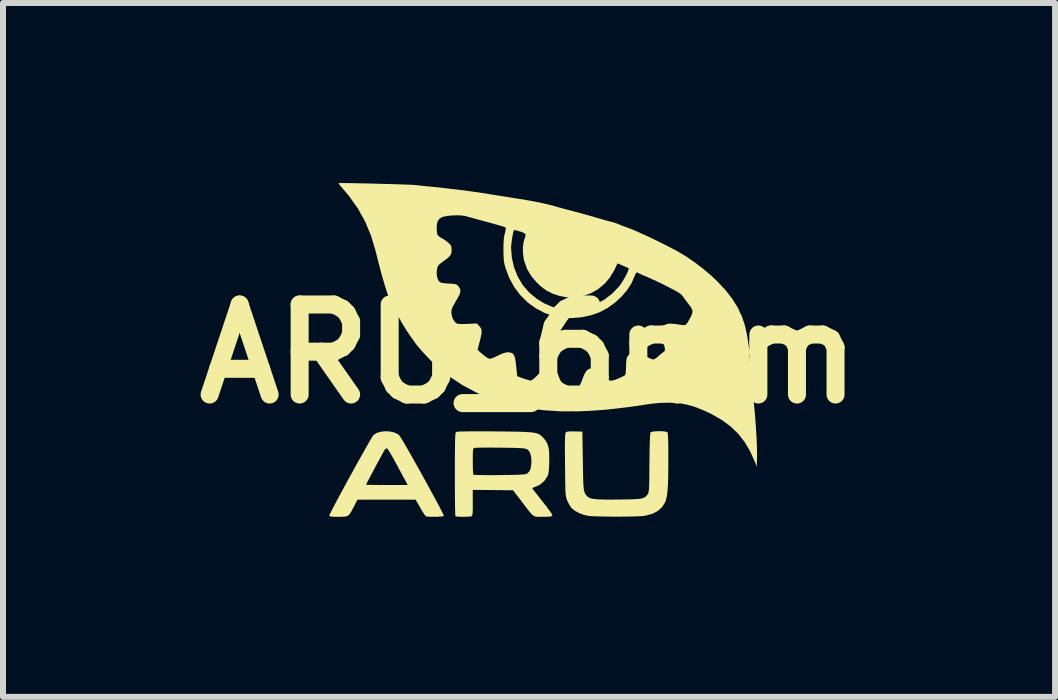
<source format=kicad_pcb>
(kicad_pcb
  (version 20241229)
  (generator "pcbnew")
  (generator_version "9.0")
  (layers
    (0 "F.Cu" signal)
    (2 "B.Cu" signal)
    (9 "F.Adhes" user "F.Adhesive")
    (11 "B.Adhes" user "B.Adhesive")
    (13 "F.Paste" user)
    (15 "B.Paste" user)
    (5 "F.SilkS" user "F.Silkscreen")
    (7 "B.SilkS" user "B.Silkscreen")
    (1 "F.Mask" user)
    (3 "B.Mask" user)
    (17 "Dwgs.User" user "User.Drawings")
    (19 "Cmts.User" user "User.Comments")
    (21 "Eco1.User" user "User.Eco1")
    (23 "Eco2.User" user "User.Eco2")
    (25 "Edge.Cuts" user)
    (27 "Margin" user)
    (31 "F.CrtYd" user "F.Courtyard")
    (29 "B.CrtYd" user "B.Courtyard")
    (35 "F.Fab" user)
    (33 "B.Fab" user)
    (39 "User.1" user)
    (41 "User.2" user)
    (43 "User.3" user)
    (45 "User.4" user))
  (footprint "ARU_6mm"
    (layer "F.Cu")
    (at 5.764 2.845)
    (property "Reference" "ARU_6mm" (at 0 0 0) (layer "F.SilkS") (effects (font (size 1.5 1.5) (thickness 0.3))))
    (attr board_only exclude_from_pos_files exclude_from_bom)
    (fp_poly (pts (xy -2.316 1.294) (xy -2.243 1.311) (xy -2.182 1.341) (xy -2.161 1.359) (xy -2.147 1.379) (xy -2.122 1.419) (xy -2.087 1.476) (xy -2.045 1.549) (xy -1.996 1.635) (xy -1.942 1.73) (xy -1.884 1.833) (xy -1.824 1.94) (xy -1.763 2.05) (xy -1.703 2.159) (xy -1.645 2.265) (xy -1.591 2.365) (xy -1.541 2.457) (xy -1.498 2.538) (xy -1.463 2.606) (xy -1.437 2.657) (xy -1.422 2.69) (xy -1.419 2.701) (xy -1.435 2.707) (xy -1.471 2.711) (xy -1.52 2.714) (xy -1.576 2.715) (xy -1.631 2.715) (xy -1.678 2.713) (xy -1.71 2.709) (xy -1.716 2.707) (xy -1.731 2.692) (xy -1.756 2.659) (xy -1.785 2.612) (xy -1.813 2.564) (xy -1.889 2.43) (xy -2.373 2.43) (xy -2.858 2.43) (xy -2.919 2.548) (xy -2.953 2.614) (xy -2.98 2.66) (xy -3.006 2.689) (xy -3.035 2.706) (xy -3.074 2.713) (xy -3.129 2.715) (xy -3.177 2.715) (xy -3.243 2.715) (xy -3.286 2.713) (xy -3.312 2.709) (xy -3.323 2.702) (xy -3.326 2.693) (xy -3.32 2.676) (xy -3.301 2.638) (xy -3.273 2.581) (xy -3.235 2.509) (xy -3.19 2.424) (xy -3.139 2.329) (xy -3.083 2.226) (xy -3.058 2.18) (xy -2.715 2.18) (xy -2.702 2.182) (xy -2.666 2.183) (xy -2.609 2.184) (xy -2.536 2.185) (xy -2.451 2.186) (xy -2.368 2.186) (xy -2.021 2.186) (xy -2.074 2.087) (xy -2.1 2.041) (xy -2.134 1.977) (xy -2.174 1.903) (xy -2.216 1.825) (xy -2.239 1.782) (xy -2.277 1.714) (xy -2.311 1.656) (xy -2.339 1.611) (xy -2.359 1.582) (xy -2.368 1.575) (xy -2.392 1.584) (xy -2.4 1.592) (xy -2.409 1.607) (xy -2.429 1.642) (xy -2.457 1.693) (xy -2.49 1.755) (xy -2.528 1.824) (xy -2.567 1.897) (xy -2.605 1.969) (xy -2.641 2.037) (xy -2.672 2.096) (xy -2.696 2.142) (xy -2.711 2.171) (xy -2.715 2.18) (xy -3.058 2.18) (xy -3.025 2.118) (xy -2.964 2.008) (xy -2.904 1.898) (xy -2.845 1.792) (xy -2.788 1.691) (xy -2.736 1.598) (xy -2.69 1.517) (xy -2.651 1.449) (xy -2.62 1.397) (xy -2.6 1.365) (xy -2.592 1.355) (xy -2.541 1.32) (xy -2.472 1.298) (xy -2.395 1.29)) (stroke (width 0) (type solid)) (fill yes) (layer "F.SilkS"))
    (fp_poly (pts (xy 2.244 1.292) (xy 2.284 1.298) (xy 2.305 1.306) (xy 2.31 1.319) (xy 2.314 1.348) (xy 2.317 1.396) (xy 2.319 1.463) (xy 2.321 1.553) (xy 2.321 1.667) (xy 2.321 1.758) (xy 2.321 1.914) (xy 2.319 2.045) (xy 2.316 2.155) (xy 2.311 2.245) (xy 2.304 2.318) (xy 2.295 2.378) (xy 2.284 2.426) (xy 2.271 2.466) (xy 2.268 2.473) (xy 2.218 2.554) (xy 2.146 2.618) (xy 2.054 2.666) (xy 1.943 2.696) (xy 1.909 2.702) (xy 1.864 2.705) (xy 1.798 2.708) (xy 1.713 2.711) (xy 1.617 2.712) (xy 1.512 2.713) (xy 1.405 2.713) (xy 1.299 2.712) (xy 1.201 2.71) (xy 1.115 2.708) (xy 1.045 2.705) (xy 0.996 2.701) (xy 0.992 2.7) (xy 0.914 2.683) (xy 0.837 2.655) (xy 0.768 2.618) (xy 0.716 2.577) (xy 0.701 2.56) (xy 0.675 2.52) (xy 0.648 2.47) (xy 0.635 2.442) (xy 0.628 2.422) (xy 0.621 2.403) (xy 0.616 2.38) (xy 0.612 2.352) (xy 0.609 2.315) (xy 0.606 2.267) (xy 0.605 2.204) (xy 0.603 2.123) (xy 0.602 2.023) (xy 0.601 1.899) (xy 0.6 1.845) (xy 0.599 1.71) (xy 0.598 1.599) (xy 0.598 1.511) (xy 0.599 1.442) (xy 0.601 1.39) (xy 0.603 1.353) (xy 0.606 1.328) (xy 0.61 1.313) (xy 0.615 1.305) (xy 0.615 1.305) (xy 0.642 1.296) (xy 0.694 1.292) (xy 0.762 1.293) (xy 0.889 1.296) (xy 0.897 1.785) (xy 0.899 1.917) (xy 0.901 2.025) (xy 0.903 2.112) (xy 0.906 2.18) (xy 0.91 2.232) (xy 0.916 2.272) (xy 0.923 2.302) (xy 0.932 2.325) (xy 0.944 2.344) (xy 0.958 2.361) (xy 0.967 2.372) (xy 0.987 2.389) (xy 1.013 2.402) (xy 1.049 2.413) (xy 1.097 2.42) (xy 1.161 2.425) (xy 1.243 2.428) (xy 1.345 2.429) (xy 1.472 2.428) (xy 1.5 2.428) (xy 1.618 2.426) (xy 1.712 2.424) (xy 1.785 2.421) (xy 1.84 2.416) (xy 1.882 2.409) (xy 1.912 2.399) (xy 1.935 2.386) (xy 1.954 2.369) (xy 1.971 2.348) (xy 1.974 2.344) (xy 1.981 2.333) (xy 1.988 2.32) (xy 1.992 2.303) (xy 1.996 2.279) (xy 1.999 2.244) (xy 2.001 2.196) (xy 2.003 2.132) (xy 2.004 2.05) (xy 2.005 1.946) (xy 2.006 1.818) (xy 2.006 1.815) (xy 2.008 1.665) (xy 2.01 1.541) (xy 2.013 1.443) (xy 2.017 1.371) (xy 2.021 1.325) (xy 2.025 1.307) (xy 2.046 1.299) (xy 2.086 1.293) (xy 2.137 1.29) (xy 2.193 1.289)) (stroke (width 0) (type solid)) (fill yes) (layer "F.SilkS"))
    (fp_poly (pts (xy -0.77 1.291) (xy -0.621 1.292) (xy -0.574 1.293) (xy -0.416 1.294) (xy -0.283 1.296) (xy -0.172 1.298) (xy -0.08 1.301) (xy -0.006 1.305) (xy 0.053 1.31) (xy 0.1 1.318) (xy 0.137 1.327) (xy 0.166 1.339) (xy 0.19 1.355) (xy 0.212 1.373) (xy 0.233 1.395) (xy 0.244 1.406) (xy 0.28 1.452) (xy 0.307 1.502) (xy 0.325 1.561) (xy 0.335 1.633) (xy 0.338 1.724) (xy 0.337 1.803) (xy 0.334 1.885) (xy 0.33 1.945) (xy 0.324 1.989) (xy 0.315 2.022) (xy 0.306 2.042) (xy 0.255 2.118) (xy 0.186 2.177) (xy 0.122 2.209) (xy 0.084 2.223) (xy 0.06 2.235) (xy 0.054 2.24) (xy 0.062 2.252) (xy 0.085 2.282) (xy 0.12 2.327) (xy 0.163 2.383) (xy 0.214 2.447) (xy 0.225 2.461) (xy 0.288 2.54) (xy 0.336 2.605) (xy 0.37 2.654) (xy 0.387 2.685) (xy 0.389 2.695) (xy 0.38 2.704) (xy 0.359 2.71) (xy 0.322 2.714) (xy 0.264 2.715) (xy 0.23 2.715) (xy 0.181 2.716) (xy 0.143 2.716) (xy 0.113 2.713) (xy 0.087 2.705) (xy 0.062 2.689) (xy 0.036 2.663) (xy 0.003 2.625) (xy -0.038 2.572) (xy -0.092 2.501) (xy -0.125 2.457) (xy -0.266 2.274) (xy -0.601 2.27) (xy -0.937 2.267) (xy -0.937 2.483) (xy -0.937 2.565) (xy -0.938 2.625) (xy -0.941 2.665) (xy -0.945 2.689) (xy -0.952 2.702) (xy -0.958 2.707) (xy -0.982 2.711) (xy -1.023 2.714) (xy -1.074 2.715) (xy -1.128 2.715) (xy -1.176 2.713) (xy -1.211 2.71) (xy -1.226 2.706) (xy -1.228 2.691) (xy -1.23 2.652) (xy -1.231 2.59) (xy -1.233 2.509) (xy -1.234 2.412) (xy -1.235 2.3) (xy -1.235 2.177) (xy -1.235 2.044) (xy -1.235 2.009) (xy -1.235 1.851) (xy -1.235 1.79) (xy -0.937 1.79) (xy -0.936 1.864) (xy -0.935 1.928) (xy -0.932 1.977) (xy -0.929 2.008) (xy -0.927 2.014) (xy -0.911 2.017) (xy -0.872 2.018) (xy -0.812 2.02) (xy -0.735 2.021) (xy -0.645 2.021) (xy -0.544 2.021) (xy -0.489 2.02) (xy -0.366 2.019) (xy -0.266 2.017) (xy -0.189 2.015) (xy -0.13 2.012) (xy -0.088 2.009) (xy -0.058 2.005) (xy -0.039 2) (xy -0.031 1.996) (xy 0.007 1.957) (xy 0.03 1.899) (xy 0.04 1.818) (xy 0.041 1.792) (xy 0.034 1.706) (xy 0.015 1.643) (xy -0.017 1.6) (xy -0.038 1.587) (xy -0.056 1.581) (xy -0.085 1.576) (xy -0.13 1.572) (xy -0.191 1.569) (xy -0.273 1.567) (xy -0.377 1.565) (xy -0.475 1.564) (xy -0.577 1.563) (xy -0.673 1.563) (xy -0.757 1.563) (xy -0.825 1.564) (xy -0.875 1.565) (xy -0.903 1.567) (xy -0.906 1.567) (xy -0.917 1.571) (xy -0.926 1.578) (xy -0.931 1.593) (xy -0.934 1.619) (xy -0.936 1.661) (xy -0.937 1.722) (xy -0.937 1.79) (xy -1.235 1.79) (xy -1.235 1.719) (xy -1.234 1.609) (xy -1.233 1.52) (xy -1.232 1.45) (xy -1.23 1.396) (xy -1.228 1.357) (xy -1.225 1.33) (xy -1.221 1.314) (xy -1.217 1.305) (xy -1.216 1.304) (xy -1.204 1.3) (xy -1.178 1.297) (xy -1.135 1.294) (xy -1.075 1.293) (xy -0.995 1.292) (xy -0.894 1.291)) (stroke (width 0) (type solid)) (fill yes) (layer "F.SilkS"))
    (fp_poly (pts (xy -3.062 -2.845) (xy -2.985 -2.844) (xy -2.894 -2.842) (xy -2.792 -2.84) (xy -2.683 -2.838) (xy -2.569 -2.835) (xy -2.455 -2.832) (xy -2.342 -2.829) (xy -2.235 -2.826) (xy -2.136 -2.823) (xy -2.049 -2.82) (xy -1.978 -2.817) (xy -1.925 -2.814) (xy -1.894 -2.812) (xy -1.834 -2.805) (xy -1.758 -2.797) (xy -1.677 -2.789) (xy -1.622 -2.784) (xy -1.427 -2.763) (xy -1.218 -2.739) (xy -1.007 -2.712) (xy -0.802 -2.683) (xy -0.618 -2.654) (xy -0.521 -2.638) (xy -0.411 -2.621) (xy -0.3 -2.603) (xy -0.203 -2.588) (xy -0.19 -2.586) (xy -0.045 -2.562) (xy 0.098 -2.536) (xy 0.233 -2.508) (xy 0.354 -2.48) (xy 0.441 -2.456) (xy 0.486 -2.443) (xy 0.529 -2.431) (xy 0.574 -2.419) (xy 0.627 -2.404) (xy 0.695 -2.387) (xy 0.781 -2.364) (xy 0.815 -2.355) (xy 0.888 -2.335) (xy 0.975 -2.311) (xy 1.063 -2.286) (xy 1.127 -2.267) (xy 1.199 -2.246) (xy 1.269 -2.226) (xy 1.329 -2.21) (xy 1.371 -2.199) (xy 1.421 -2.186) (xy 1.467 -2.17) (xy 1.485 -2.162) (xy 1.515 -2.149) (xy 1.562 -2.131) (xy 1.621 -2.109) (xy 1.661 -2.095) (xy 1.716 -2.074) (xy 1.791 -2.042) (xy 1.88 -2.002) (xy 1.981 -1.956) (xy 2.087 -1.905) (xy 2.195 -1.852) (xy 2.301 -1.799) (xy 2.399 -1.748) (xy 2.482 -1.704) (xy 2.62 -1.621) (xy 2.765 -1.521) (xy 2.91 -1.41) (xy 3.046 -1.294) (xy 3.136 -1.208) (xy 3.274 -1.061) (xy 3.387 -0.916) (xy 3.478 -0.77) (xy 3.548 -0.62) (xy 3.601 -0.46) (xy 3.637 -0.288) (xy 3.645 -0.233) (xy 3.654 -0.169) (xy 3.664 -0.113) (xy 3.673 -0.072) (xy 3.679 -0.054) (xy 3.686 -0.019) (xy 3.679 0.001) (xy 3.67 0.032) (xy 3.671 0.051) (xy 3.674 0.072) (xy 3.679 0.115) (xy 3.685 0.175) (xy 3.692 0.249) (xy 3.699 0.331) (xy 3.699 0.333) (xy 3.708 0.43) (xy 3.717 0.532) (xy 3.727 0.632) (xy 3.735 0.72) (xy 3.74 0.767) (xy 3.755 0.909) (xy 3.768 1.056) (xy 3.779 1.202) (xy 3.788 1.343) (xy 3.795 1.474) (xy 3.798 1.588) (xy 3.799 1.682) (xy 3.799 1.697) (xy 3.794 1.88) (xy 3.763 1.799) (xy 3.684 1.624) (xy 3.592 1.468) (xy 3.483 1.33) (xy 3.356 1.208) (xy 3.209 1.1) (xy 3.039 1.003) (xy 2.913 0.944) (xy 2.775 0.889) (xy 2.65 0.851) (xy 2.527 0.827) (xy 2.4 0.816) (xy 2.33 0.815) (xy 2.247 0.816) (xy 2.157 0.821) (xy 2.073 0.828) (xy 2.016 0.835) (xy 1.812 0.866) (xy 1.629 0.891) (xy 1.463 0.911) (xy 1.308 0.928) (xy 1.16 0.94) (xy 1.013 0.95) (xy 0.862 0.957) (xy 0.801 0.959) (xy 0.521 0.958) (xy 0.245 0.94) (xy -0.024 0.905) (xy -0.279 0.854) (xy -0.431 0.813) (xy -0.496 0.794) (xy -0.558 0.776) (xy -0.607 0.761) (xy -0.631 0.754) (xy -0.662 0.743) (xy -0.711 0.722) (xy -0.774 0.694) (xy -0.845 0.661) (xy -0.896 0.636) (xy -1.114 0.518) (xy -1.324 0.38) (xy -1.485 0.256) (xy -1.533 0.214) (xy -1.592 0.156) (xy -1.658 0.089) (xy -1.726 0.018) (xy -1.79 -0.052) (xy -1.845 -0.115) (xy -1.862 -0.136) (xy -1.889 -0.171) (xy -1.925 -0.222) (xy -1.967 -0.281) (xy -2.009 -0.343) (xy -2.048 -0.402) (xy -2.079 -0.451) (xy -2.098 -0.482) (xy -2.112 -0.506) (xy -2.135 -0.546) (xy -2.163 -0.595) (xy -2.172 -0.61) (xy -2.218 -0.694) (xy -2.267 -0.792) (xy -2.32 -0.91) (xy -2.341 -0.957) (xy -2.36 -1.006) (xy -2.383 -1.077) (xy -2.411 -1.168) (xy -2.442 -1.275) (xy -2.475 -1.395) (xy -2.509 -1.524) (xy -2.543 -1.659) (xy -2.56 -1.727) (xy -2.633 -1.97) (xy -2.699 -2.128) (xy -1.539 -2.128) (xy -1.535 -2.039) (xy -1.527 -1.988) (xy -1.511 -1.965) (xy -1.477 -1.94) (xy -1.463 -1.932) (xy -1.418 -1.906) (xy -1.369 -1.871) (xy -1.347 -1.853) (xy -1.314 -1.822) (xy -1.297 -1.797) (xy -1.291 -1.766) (xy -1.29 -1.729) (xy -1.292 -1.69) (xy -1.301 -1.658) (xy -1.321 -1.628) (xy -1.354 -1.596) (xy -1.405 -1.557) (xy -1.448 -1.526) (xy -1.489 -1.494) (xy -1.513 -1.467) (xy -1.527 -1.435) (xy -1.532 -1.414) (xy -1.539 -1.347) (xy -1.532 -1.283) (xy -1.514 -1.23) (xy -1.496 -1.205) (xy -1.478 -1.191) (xy -1.452 -1.182) (xy -1.412 -1.176) (xy -1.352 -1.171) (xy -1.338 -1.171) (xy -1.277 -1.167) (xy -1.237 -1.162) (xy -1.211 -1.155) (xy -1.192 -1.143) (xy -1.175 -1.125) (xy -1.174 -1.124) (xy -1.149 -1.084) (xy -1.143 -1.041) (xy -1.156 -0.991) (xy -1.188 -0.931) (xy -1.212 -0.89) (xy -1.229 -0.86) (xy -1.235 -0.846) (xy -1.235 -0.846) (xy -1.242 -0.832) (xy -1.259 -0.806) (xy -1.261 -0.804) (xy -1.289 -0.742) (xy -1.294 -0.672) (xy -1.276 -0.601) (xy -1.264 -0.575) (xy -1.232 -0.527) (xy -1.199 -0.502) (xy -1.195 -0.501) (xy -1.167 -0.498) (xy -1.12 -0.496) (xy -1.061 -0.497) (xy -1.015 -0.499) (xy -0.87 -0.506) (xy -0.829 -0.462) (xy -0.806 -0.434) (xy -0.793 -0.404) (xy -0.789 -0.368) (xy -0.794 -0.32) (xy -0.809 -0.254) (xy -0.821 -0.206) (xy -0.836 -0.15) (xy -0.847 -0.105) (xy -0.854 -0.075) (xy -0.855 -0.068) (xy -0.845 -0.055) (xy -0.818 -0.03) (xy -0.779 0.002) (xy -0.759 0.019) (xy -0.72 0.049) (xy -0.691 0.07) (xy -0.667 0.081) (xy -0.642 0.081) (xy -0.61 0.072) (xy -0.565 0.052) (xy -0.502 0.022) (xy -0.486 0.014) (xy -0.424 -0.012) (xy -0.375 -0.024) (xy -0.338 -0.025) (xy -0.3 -0.018) (xy -0.271 -0.004) (xy -0.25 0.023) (xy -0.234 0.066) (xy -0.223 0.129) (xy -0.213 0.211) (xy -0.197 0.373) (xy -0.095 0.41) (xy -0.044 0.427) (xy -0.001 0.44) (xy 0.026 0.447) (xy 0.029 0.447) (xy 0.048 0.438) (xy 0.08 0.414) (xy 0.119 0.378) (xy 0.142 0.355) (xy 0.206 0.293) (xy 0.259 0.252) (xy 0.306 0.23) (xy 0.349 0.226) (xy 0.385 0.234) (xy 0.417 0.248) (xy 0.442 0.269) (xy 0.464 0.303) (xy 0.487 0.354) (xy 0.504 0.4) (xy 0.526 0.451) (xy 0.553 0.496) (xy 0.571 0.519) (xy 0.592 0.538) (xy 0.614 0.549) (xy 0.644 0.555) (xy 0.69 0.556) (xy 0.717 0.557) (xy 0.772 0.556) (xy 0.806 0.553) (xy 0.827 0.545) (xy 0.841 0.532) (xy 0.846 0.525) (xy 0.861 0.496) (xy 0.88 0.451) (xy 0.898 0.401) (xy 0.919 0.35) (xy 0.942 0.305) (xy 0.961 0.278) (xy 0.995 0.255) (xy 1.04 0.238) (xy 1.088 0.227) (xy 1.127 0.227) (xy 1.14 0.231) (xy 1.158 0.247) (xy 1.186 0.279) (xy 1.219 0.321) (xy 1.228 0.332) (xy 1.272 0.39) (xy 1.308 0.427) (xy 1.342 0.445) (xy 1.381 0.447) (xy 1.43 0.434) (xy 1.479 0.415) (xy 1.53 0.393) (xy 1.573 0.372) (xy 1.599 0.356) (xy 1.603 0.352) (xy 1.609 0.33) (xy 1.613 0.289) (xy 1.616 0.236) (xy 1.617 0.217) (xy 1.619 0.144) (xy 1.624 0.092) (xy 1.634 0.056) (xy 1.65 0.03) (xy 1.674 0.009) (xy 1.675 0.008) (xy 1.72 -0.015) (xy 1.773 -0.02) (xy 1.837 -0.006) (xy 1.915 0.026) (xy 1.937 0.038) (xy 1.989 0.063) (xy 2.033 0.083) (xy 2.064 0.094) (xy 2.071 0.095) (xy 2.094 0.086) (xy 2.127 0.064) (xy 2.15 0.044) (xy 2.188 0.011) (xy 2.224 -0.018) (xy 2.24 -0.029) (xy 2.253 -0.038) (xy 2.261 -0.049) (xy 2.265 -0.065) (xy 2.263 -0.09) (xy 2.255 -0.128) (xy 2.241 -0.183) (xy 2.221 -0.259) (xy 2.211 -0.293) (xy 2.18 -0.403) (xy 2.23 -0.453) (xy 2.259 -0.478) (xy 2.289 -0.494) (xy 2.327 -0.502) (xy 2.376 -0.502) (xy 2.443 -0.496) (xy 2.505 -0.487) (xy 2.553 -0.48) (xy 2.586 -0.478) (xy 2.61 -0.485) (xy 2.63 -0.504) (xy 2.652 -0.538) (xy 2.682 -0.592) (xy 2.687 -0.602) (xy 2.713 -0.656) (xy 2.724 -0.698) (xy 2.719 -0.736) (xy 2.696 -0.778) (xy 2.657 -0.83) (xy 2.621 -0.877) (xy 2.586 -0.924) (xy 2.566 -0.954) (xy 2.55 -0.974) (xy 2.529 -0.994) (xy 2.499 -1.016) (xy 2.455 -1.042) (xy 2.395 -1.074) (xy 2.315 -1.116) (xy 2.293 -1.127) (xy 2.211 -1.168) (xy 2.129 -1.208) (xy 2.052 -1.243) (xy 1.989 -1.272) (xy 1.947 -1.29) (xy 1.896 -1.311) (xy 1.855 -1.329) (xy 1.83 -1.342) (xy 1.827 -1.345) (xy 1.802 -1.357) (xy 1.78 -1.342) (xy 1.764 -1.307) (xy 1.713 -1.186) (xy 1.638 -1.067) (xy 1.543 -0.954) (xy 1.432 -0.852) (xy 1.309 -0.764) (xy 1.179 -0.694) (xy 1.038 -0.644) (xy 0.886 -0.611) (xy 0.728 -0.596) (xy 0.574 -0.6) (xy 0.43 -0.624) (xy 0.426 -0.624) (xy 0.265 -0.679) (xy 0.115 -0.757) (xy -0.022 -0.856) (xy -0.143 -0.975) (xy -0.246 -1.111) (xy -0.329 -1.263) (xy -0.388 -1.419) (xy -0.404 -1.473) (xy -0.414 -1.521) (xy -0.421 -1.57) (xy -0.424 -1.628) (xy -0.426 -1.702) (xy -0.426 -1.731) (xy -0.426 -1.765) (xy -0.299 -1.765) (xy -0.286 -1.601) (xy -0.249 -1.44) (xy -0.189 -1.289) (xy -0.107 -1.15) (xy -0.094 -1.133) (xy 0.004 -1.021) (xy 0.121 -0.923) (xy 0.251 -0.842) (xy 0.39 -0.782) (xy 0.521 -0.747) (xy 0.593 -0.739) (xy 0.682 -0.738) (xy 0.778 -0.743) (xy 0.872 -0.753) (xy 0.954 -0.768) (xy 0.977 -0.774) (xy 1.121 -0.828) (xy 1.258 -0.905) (xy 1.383 -1.001) (xy 1.491 -1.112) (xy 1.527 -1.159) (xy 1.561 -1.21) (xy 1.593 -1.265) (xy 1.622 -1.319) (xy 1.645 -1.368) (xy 1.658 -1.404) (xy 1.66 -1.424) (xy 1.659 -1.426) (xy 1.642 -1.435) (xy 1.608 -1.45) (xy 1.588 -1.458) (xy 1.546 -1.476) (xy 1.512 -1.491) (xy 1.502 -1.496) (xy 1.481 -1.504) (xy 1.474 -1.504) (xy 1.467 -1.491) (xy 1.452 -1.459) (xy 1.431 -1.415) (xy 1.423 -1.398) (xy 1.349 -1.273) (xy 1.258 -1.165) (xy 1.15 -1.076) (xy 1.031 -1.009) (xy 0.901 -0.963) (xy 0.764 -0.941) (xy 0.623 -0.943) (xy 0.51 -0.964) (xy 0.393 -1.002) (xy 0.289 -1.055) (xy 0.192 -1.128) (xy 0.135 -1.181) (xy 0.04 -1.292) (xy -0.031 -1.41) (xy -0.078 -1.54) (xy -0.089 -1.588) (xy -0.101 -1.678) (xy -0.102 -1.771) (xy -0.092 -1.856) (xy -0.073 -1.923) (xy -0.059 -1.962) (xy -0.058 -1.989) (xy -0.074 -2.008) (xy -0.11 -2.025) (xy -0.149 -2.038) (xy -0.196 -2.052) (xy -0.231 -2.061) (xy -0.249 -2.063) (xy -0.25 -2.063) (xy -0.258 -2.044) (xy -0.267 -2.004) (xy -0.277 -1.952) (xy -0.286 -1.894) (xy -0.294 -1.836) (xy -0.298 -1.786) (xy -0.299 -1.765) (xy -0.426 -1.765) (xy -0.425 -1.825) (xy -0.421 -1.898) (xy -0.414 -1.957) (xy -0.403 -2.008) (xy -0.402 -2.008) (xy -0.392 -2.053) (xy -0.387 -2.088) (xy -0.389 -2.105) (xy -0.405 -2.112) (xy -0.443 -2.124) (xy -0.5 -2.141) (xy -0.571 -2.161) (xy -0.652 -2.184) (xy -0.686 -2.193) (xy -0.775 -2.217) (xy -0.86 -2.24) (xy -0.936 -2.261) (xy -0.998 -2.278) (xy -1.04 -2.29) (xy -1.047 -2.292) (xy -1.107 -2.303) (xy -1.183 -2.308) (xy -1.267 -2.306) (xy -1.349 -2.299) (xy -1.42 -2.286) (xy -1.445 -2.279) (xy -1.494 -2.249) (xy -1.526 -2.198) (xy -1.539 -2.128) (xy -2.699 -2.128) (xy -2.729 -2.2) (xy -2.849 -2.417) (xy -2.992 -2.62) (xy -3.069 -2.712) (xy -3.111 -2.761) (xy -3.145 -2.801) (xy -3.167 -2.83) (xy -3.175 -2.843) (xy -3.175 -2.843) (xy -3.16 -2.845) (xy -3.121 -2.845)) (stroke (width 0) (type solid)) (fill yes) (layer "F.SilkS")))
  (gr_rect
    (start -3 -3)
    (end 14.529 8.561)
    (stroke (width 0.1) (type default))
    (fill no)
    (layer "Edge.Cuts")))
</source>
